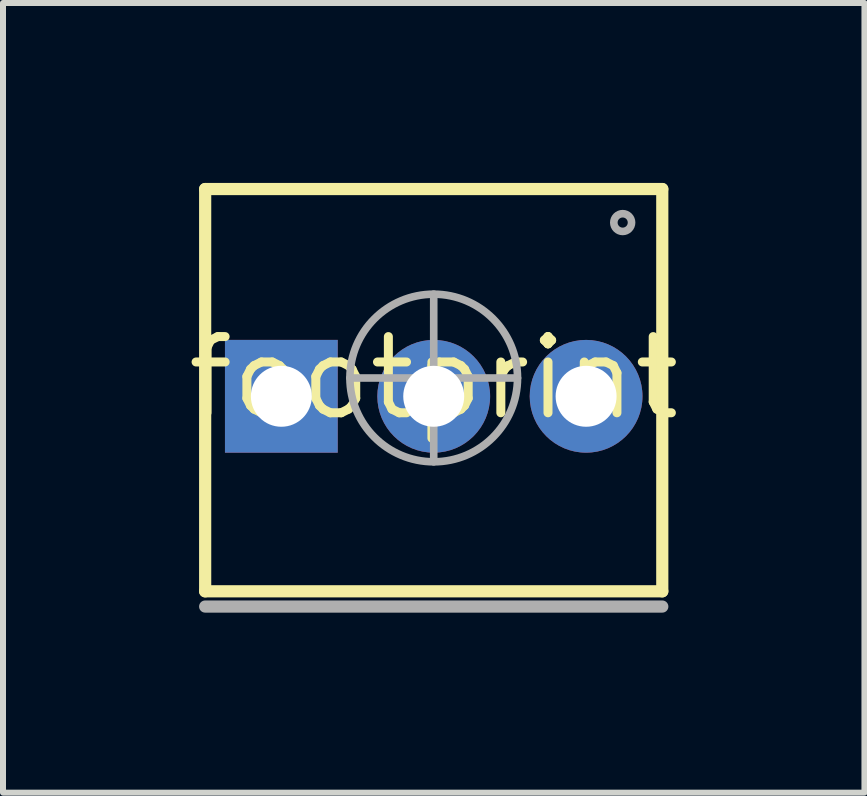
<source format=kicad_pcb>
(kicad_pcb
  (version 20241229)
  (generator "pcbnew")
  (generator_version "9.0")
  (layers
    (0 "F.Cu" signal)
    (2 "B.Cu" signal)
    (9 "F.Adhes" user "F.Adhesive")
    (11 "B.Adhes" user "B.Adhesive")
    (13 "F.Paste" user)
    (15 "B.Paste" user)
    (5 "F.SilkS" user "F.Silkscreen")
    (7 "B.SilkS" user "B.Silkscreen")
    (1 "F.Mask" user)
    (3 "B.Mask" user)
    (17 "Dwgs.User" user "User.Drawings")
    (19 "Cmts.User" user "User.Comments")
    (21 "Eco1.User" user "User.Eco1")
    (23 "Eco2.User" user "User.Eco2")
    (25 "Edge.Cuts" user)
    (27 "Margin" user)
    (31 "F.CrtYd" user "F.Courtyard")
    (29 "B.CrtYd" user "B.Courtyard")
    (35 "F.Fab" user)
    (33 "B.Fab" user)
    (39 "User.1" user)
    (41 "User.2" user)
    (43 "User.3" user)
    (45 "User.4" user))
  (footprint "footprint"
    (layer "F.Cu")
    (at 4.18 3.251)
    (property "Reference" "footprint" (at 0 0 0) (layer "F.SilkS") (effects (font (size 1.27 1.27) (thickness 0.15))))
    (fp_line (start -3.81 -3.15) (end -3.81 3.556) (stroke (width 0.203) (type solid)) (layer "F.SilkS"))
    (fp_line (start -3.81 3.556) (end 3.81 3.556) (stroke (width 0.203) (type solid)) (layer "F.SilkS"))
    (fp_line (start 3.81 -3.15) (end -3.81 -3.15) (stroke (width 0.203) (type solid)) (layer "F.SilkS"))
    (fp_line (start 3.81 3.556) (end 3.81 -3.15) (stroke (width 0.203) (type solid)) (layer "F.SilkS"))
    (fp_line (start -3.81 3.81) (end 3.81 3.81) (stroke (width 0.203) (type solid)) (layer "F.Fab"))
    (fp_line (start 0 -1.397) (end 0 1.397) (stroke (width 0.127) (type solid)) (layer "F.Fab"))
    (fp_line (start 1.397 0) (end -1.397 0) (stroke (width 0.127) (type solid)) (layer "F.Fab"))
    (fp_circle (center 0 0) (end 1.397 0) (stroke (width 0.127) (type solid)) (fill no) (layer "F.Fab"))
    (fp_circle (center 3.15 -2.591) (end 3.298 -2.591) (stroke (width 0.127) (type solid)) (fill no) (layer "F.Fab"))
    (pad "1" thru_hole rect (at -2.54 0.305) (size 1.88 1.88) (drill 1.016) (layers "*.Cu" "*.Mask"))
    (pad "2" thru_hole circle (at 0 0.305) (size 1.88 1.88) (drill 1.016) (layers "*.Cu" "*.Mask"))
    (pad "3" thru_hole circle (at 2.54 0.305) (size 1.88 1.88) (drill 1.016) (layers "*.Cu" "*.Mask")))
  (gr_rect
    (start -3 -3)
    (end 11.36 10.163)
    (stroke (width 0.1) (type default))
    (fill no)
    (layer "Edge.Cuts")))
</source>
